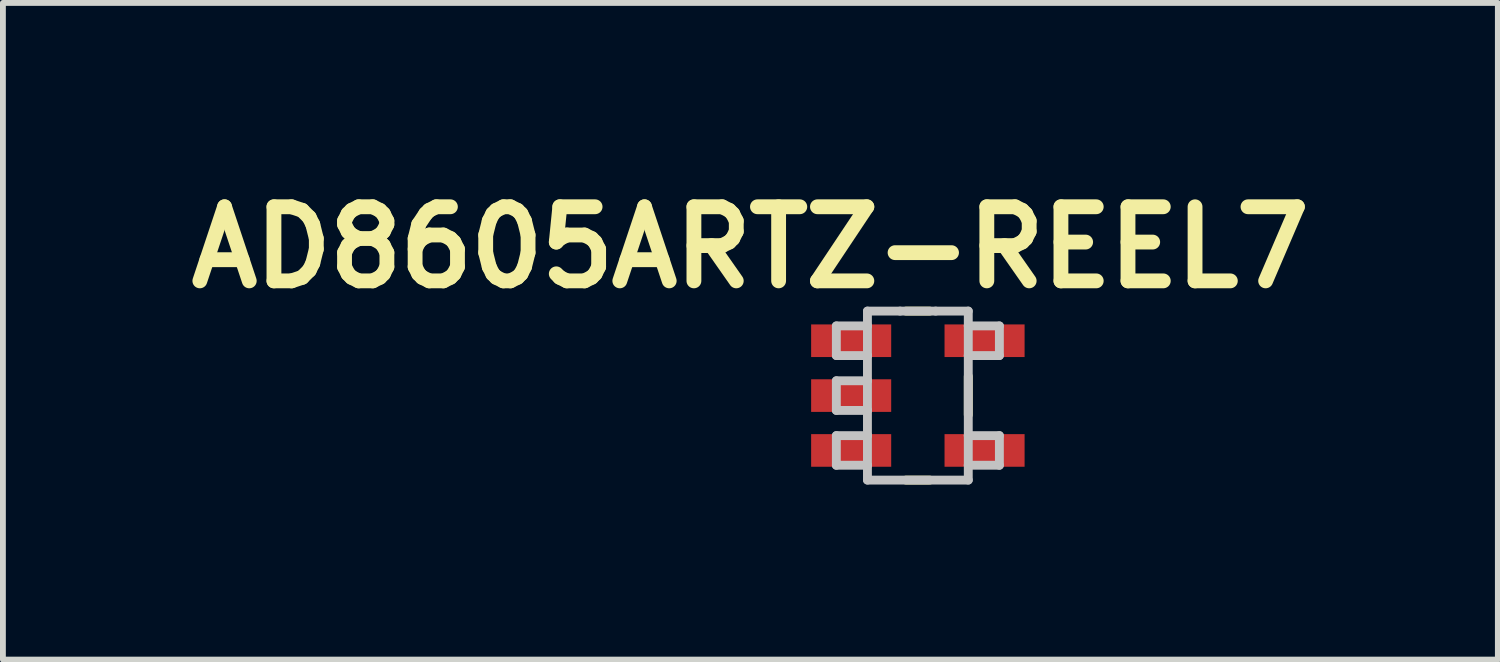
<source format=kicad_pcb>
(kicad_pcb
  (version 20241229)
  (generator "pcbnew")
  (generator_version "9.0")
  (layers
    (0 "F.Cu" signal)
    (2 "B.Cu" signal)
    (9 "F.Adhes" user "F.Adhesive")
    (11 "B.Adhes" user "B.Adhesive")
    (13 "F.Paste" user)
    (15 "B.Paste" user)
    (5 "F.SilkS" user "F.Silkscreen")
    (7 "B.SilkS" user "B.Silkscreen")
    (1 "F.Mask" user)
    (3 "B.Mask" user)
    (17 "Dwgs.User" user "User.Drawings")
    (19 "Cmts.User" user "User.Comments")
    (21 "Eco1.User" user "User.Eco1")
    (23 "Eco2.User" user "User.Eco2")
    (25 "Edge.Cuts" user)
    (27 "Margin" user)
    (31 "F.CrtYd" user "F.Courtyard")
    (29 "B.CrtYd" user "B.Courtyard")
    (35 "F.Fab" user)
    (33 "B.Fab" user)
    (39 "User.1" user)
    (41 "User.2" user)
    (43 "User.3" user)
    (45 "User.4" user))
  (footprint "AD8605ARTZ-REEL7"
    (layer "F.Cu")
    (at 12.679 3.729)
    (property "Reference" "AD8605ARTZ-REEL7" (at -2.87 -2.54 0) (layer "F.SilkS") (effects (font (size 1.27 1.27) (thickness 0.254))))
    (attr smd)
    (fp_line (start -0.203 1.448) (end 0.203 1.448) (stroke (width 0.152) (type solid)) (layer "F.SilkS"))
    (fp_line (start 0.203 -1.448) (end -0.203 -1.448) (stroke (width 0.152) (type solid)) (layer "F.SilkS"))
    (fp_line (start 0.864 0.33) (end 0.864 -0.33) (stroke (width 0.152) (type solid)) (layer "F.SilkS"))
    (fp_line (start -1.397 -1.194) (end -1.397 -0.686) (stroke (width 0.152) (type solid)) (layer "Dwgs.User"))
    (fp_line (start -1.397 -0.686) (end -0.864 -0.686) (stroke (width 0.152) (type solid)) (layer "Dwgs.User"))
    (fp_line (start -1.397 -0.254) (end -1.397 0.254) (stroke (width 0.152) (type solid)) (layer "Dwgs.User"))
    (fp_line (start -1.397 0.254) (end -0.864 0.254) (stroke (width 0.152) (type solid)) (layer "Dwgs.User"))
    (fp_line (start -1.397 0.686) (end -1.397 1.194) (stroke (width 0.152) (type solid)) (layer "Dwgs.User"))
    (fp_line (start -1.397 1.194) (end -0.864 1.194) (stroke (width 0.152) (type solid)) (layer "Dwgs.User"))
    (fp_line (start -0.864 -1.448) (end -0.864 -1.194) (stroke (width 0.152) (type solid)) (layer "Dwgs.User"))
    (fp_line (start -0.864 -1.194) (end -1.397 -1.194) (stroke (width 0.152) (type solid)) (layer "Dwgs.User"))
    (fp_line (start -0.864 -1.194) (end -0.864 -0.686) (stroke (width 0.152) (type solid)) (layer "Dwgs.User"))
    (fp_line (start -0.864 -0.686) (end -0.864 -0.254) (stroke (width 0.152) (type solid)) (layer "Dwgs.User"))
    (fp_line (start -0.864 -0.254) (end -1.397 -0.254) (stroke (width 0.152) (type solid)) (layer "Dwgs.User"))
    (fp_line (start -0.864 -0.254) (end -0.864 0.254) (stroke (width 0.152) (type solid)) (layer "Dwgs.User"))
    (fp_line (start -0.864 0.254) (end -0.864 0.686) (stroke (width 0.152) (type solid)) (layer "Dwgs.User"))
    (fp_line (start -0.864 0.686) (end -1.397 0.686) (stroke (width 0.152) (type solid)) (layer "Dwgs.User"))
    (fp_line (start -0.864 1.194) (end -0.864 0.686) (stroke (width 0.152) (type solid)) (layer "Dwgs.User"))
    (fp_line (start -0.864 1.448) (end -0.864 1.194) (stroke (width 0.152) (type solid)) (layer "Dwgs.User"))
    (fp_line (start -0.864 1.448) (end 0.864 1.448) (stroke (width 0.152) (type solid)) (layer "Dwgs.User"))
    (fp_line (start -0.305 -1.448) (end -0.864 -1.448) (stroke (width 0.152) (type solid)) (layer "Dwgs.User"))
    (fp_line (start 0.305 -1.448) (end -0.305 -1.448) (stroke (width 0.152) (type solid)) (layer "Dwgs.User"))
    (fp_line (start 0.864 -1.448) (end 0.305 -1.448) (stroke (width 0.152) (type solid)) (layer "Dwgs.User"))
    (fp_line (start 0.864 -1.448) (end 0.864 -1.194) (stroke (width 0.152) (type solid)) (layer "Dwgs.User"))
    (fp_line (start 0.864 -1.194) (end 0.864 -0.686) (stroke (width 0.152) (type solid)) (layer "Dwgs.User"))
    (fp_line (start 0.864 -0.686) (end 1.397 -0.686) (stroke (width 0.152) (type solid)) (layer "Dwgs.User"))
    (fp_line (start 0.864 0.686) (end 0.864 -0.686) (stroke (width 0.152) (type solid)) (layer "Dwgs.User"))
    (fp_line (start 0.864 1.194) (end 0.864 0.686) (stroke (width 0.152) (type solid)) (layer "Dwgs.User"))
    (fp_line (start 0.864 1.194) (end 1.397 1.194) (stroke (width 0.152) (type solid)) (layer "Dwgs.User"))
    (fp_line (start 0.864 1.448) (end 0.864 1.194) (stroke (width 0.152) (type solid)) (layer "Dwgs.User"))
    (fp_line (start 1.397 -1.194) (end 0.864 -1.194) (stroke (width 0.152) (type solid)) (layer "Dwgs.User"))
    (fp_line (start 1.397 -0.686) (end 1.397 -1.194) (stroke (width 0.152) (type solid)) (layer "Dwgs.User"))
    (fp_line (start 1.397 0.686) (end 0.864 0.686) (stroke (width 0.152) (type solid)) (layer "Dwgs.User"))
    (fp_line (start 1.397 1.194) (end 1.397 0.686) (stroke (width 0.152) (type solid)) (layer "Dwgs.User"))
    (pad "1" smd rect (at -1.143 -0.94 90) (size 0.559 1.372) (layers "F.Cu" "F.Paste"))
    (pad "2" smd rect (at -1.143 0 90) (size 0.559 1.372) (layers "F.Cu" "F.Paste"))
    (pad "3" smd rect (at -1.143 0.94 90) (size 0.559 1.372) (layers "F.Cu" "F.Paste"))
    (pad "4" smd rect (at 1.143 0.94 90) (size 0.559 1.372) (layers "F.Cu" "F.Paste"))
    (pad "5" smd rect (at 1.143 -0.94 90) (size 0.559 1.372) (layers "F.Cu" "F.Paste")))
  (gr_rect
    (start -3 -3)
    (end 22.618 8.253)
    (stroke (width 0.1) (type default))
    (fill no)
    (layer "Edge.Cuts")))
</source>
